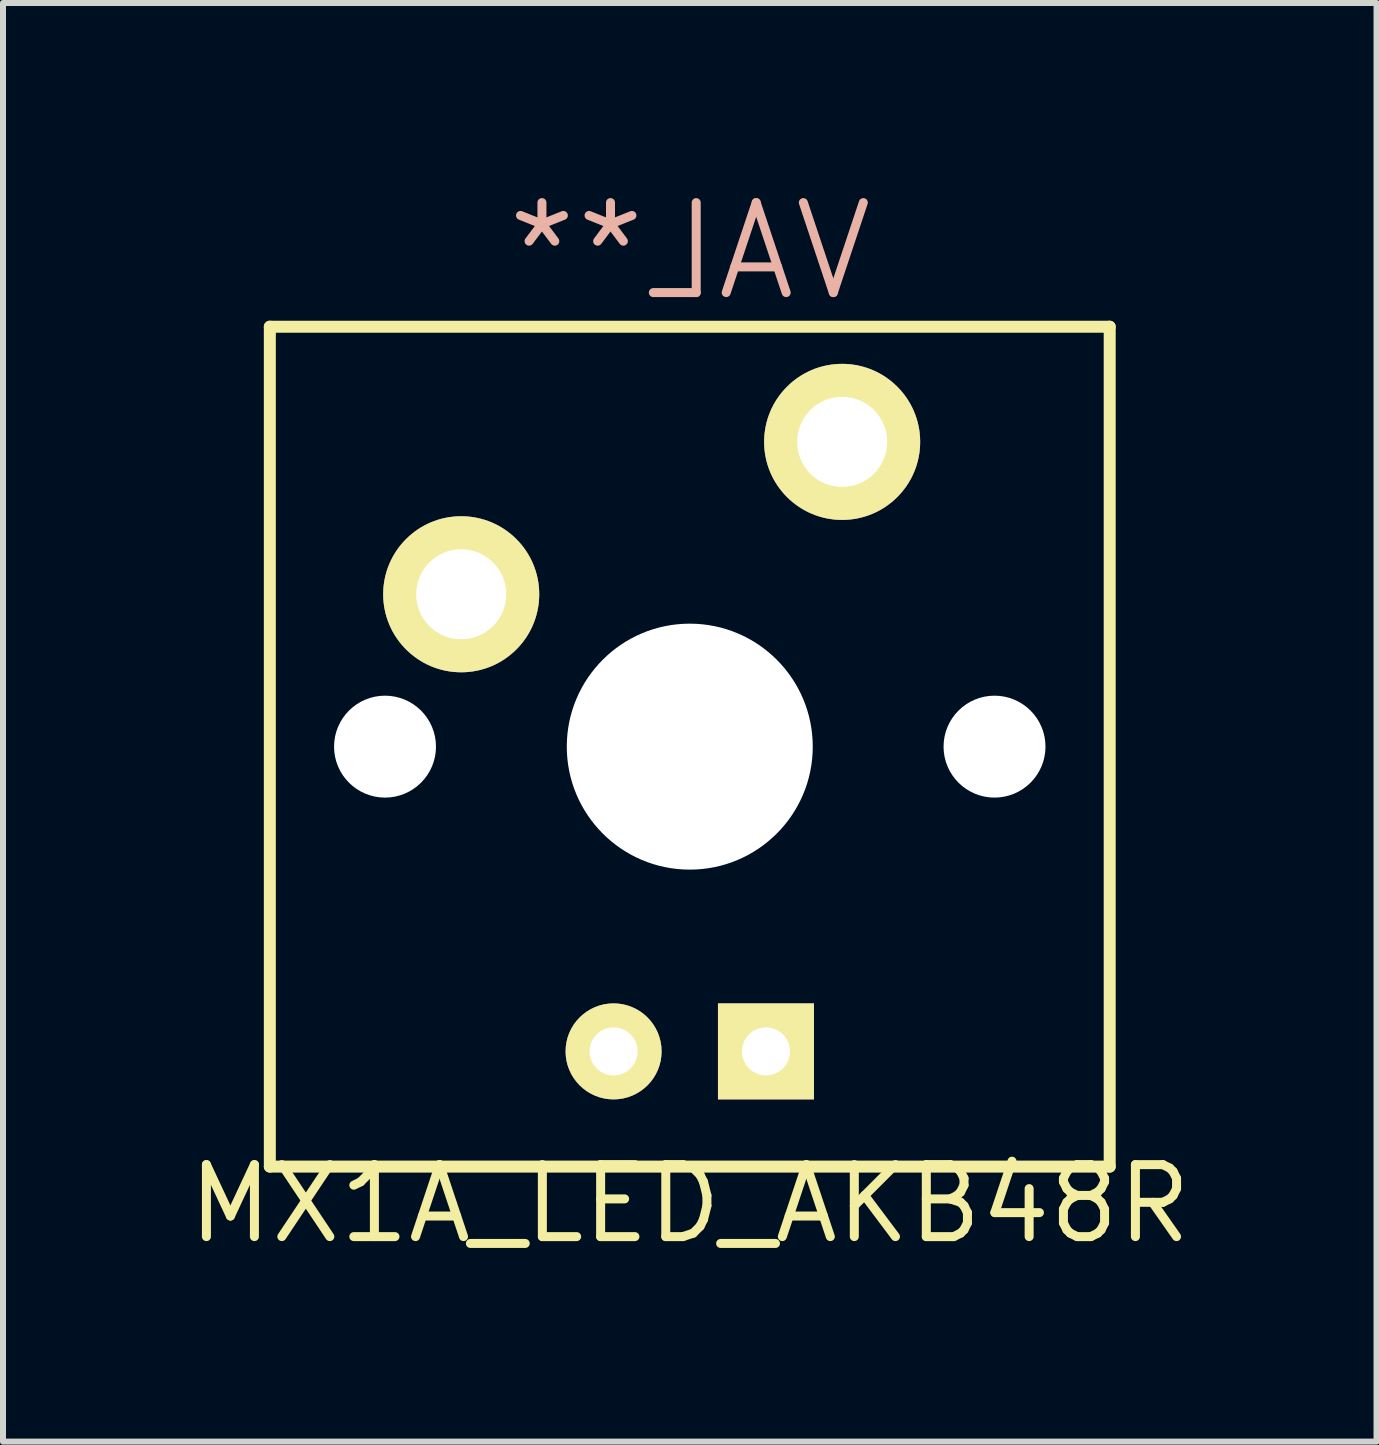
<source format=kicad_pcb>
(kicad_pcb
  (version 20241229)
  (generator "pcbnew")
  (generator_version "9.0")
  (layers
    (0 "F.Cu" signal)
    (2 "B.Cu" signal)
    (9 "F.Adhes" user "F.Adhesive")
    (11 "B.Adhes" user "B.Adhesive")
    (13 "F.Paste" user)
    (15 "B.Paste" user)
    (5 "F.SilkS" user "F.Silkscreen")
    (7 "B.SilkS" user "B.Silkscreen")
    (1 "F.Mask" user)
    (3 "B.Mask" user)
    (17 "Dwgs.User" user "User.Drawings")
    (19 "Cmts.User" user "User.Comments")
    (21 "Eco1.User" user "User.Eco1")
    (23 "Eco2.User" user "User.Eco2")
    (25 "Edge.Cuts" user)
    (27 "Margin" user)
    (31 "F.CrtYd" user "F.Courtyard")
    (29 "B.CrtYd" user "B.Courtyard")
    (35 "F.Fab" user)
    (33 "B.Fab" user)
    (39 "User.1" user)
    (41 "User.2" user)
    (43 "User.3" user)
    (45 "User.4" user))
  (footprint "MX1A_LED_AKB48R"
    (layer "F.Cu")
    (at 8.448 9.396)
    (property "Reference" "MX1A_LED_AKB48R" (at 0 7.62 0) (layer "F.SilkS") (effects (font (size 1.2 1.2) (thickness 0.15))))
    (property "Value" "VAL**" (at 0 -8.255 0) (layer "F.SilkS") (hide yes) (effects (font (size 1.524 1.524) (thickness 0.15))))
    (attr through_hole)
    (fp_line (start -7 -7) (end 7 -7) (stroke (width 0.2) (type solid)) (layer "F.SilkS"))
    (fp_line (start -7 7) (end -7 -7) (stroke (width 0.2) (type solid)) (layer "F.SilkS"))
    (fp_line (start 7 -7) (end 7 7) (stroke (width 0.2) (type solid)) (layer "F.SilkS"))
    (fp_line (start 7 7) (end -7 7) (stroke (width 0.2) (type solid)) (layer "F.SilkS"))
    (fp_text user "${VALUE}" (at 0 -8.255 0) (layer "B.SilkS") (effects (font (size 1.5 1.5) (thickness 0.15)) (justify mirror)))
    (pad "" np_thru_hole circle (at -5.08 0) (size 1.699 1.699) (drill 1.699) (layers "*.Cu" "*.Mask"))
    (pad "" np_thru_hole circle (at 0 0) (size 4.1 4.1) (drill 4.1) (layers "*.Cu" "*.Mask"))
    (pad "" np_thru_hole circle (at 5.08 0) (size 1.699 1.699) (drill 1.699) (layers "*.Cu" "*.Mask"))
    (pad "1" thru_hole circle (at 2.54 -5.08) (size 2.601 2.601) (drill 1.501) (layers "*.Cu" "*.Mask" "F.SilkS"))
    (pad "2" thru_hole circle (at -3.81 -2.54) (size 2.601 2.601) (drill 1.501) (layers "*.Cu" "*.Mask" "F.SilkS"))
    (pad "3" thru_hole circle (at -1.27 5.08) (size 1.6 1.6) (drill 0.8) (layers "*.Cu" "*.Mask" "F.SilkS"))
    (pad "4" thru_hole rect (at 1.27 5.08) (size 1.6 1.6) (drill 0.8) (layers "*.Cu" "*.Mask" "F.SilkS")))
  (gr_rect
    (start -3 -3)
    (end 19.896 20.981)
    (stroke (width 0.1) (type default))
    (fill no)
    (layer "Edge.Cuts")))
</source>
